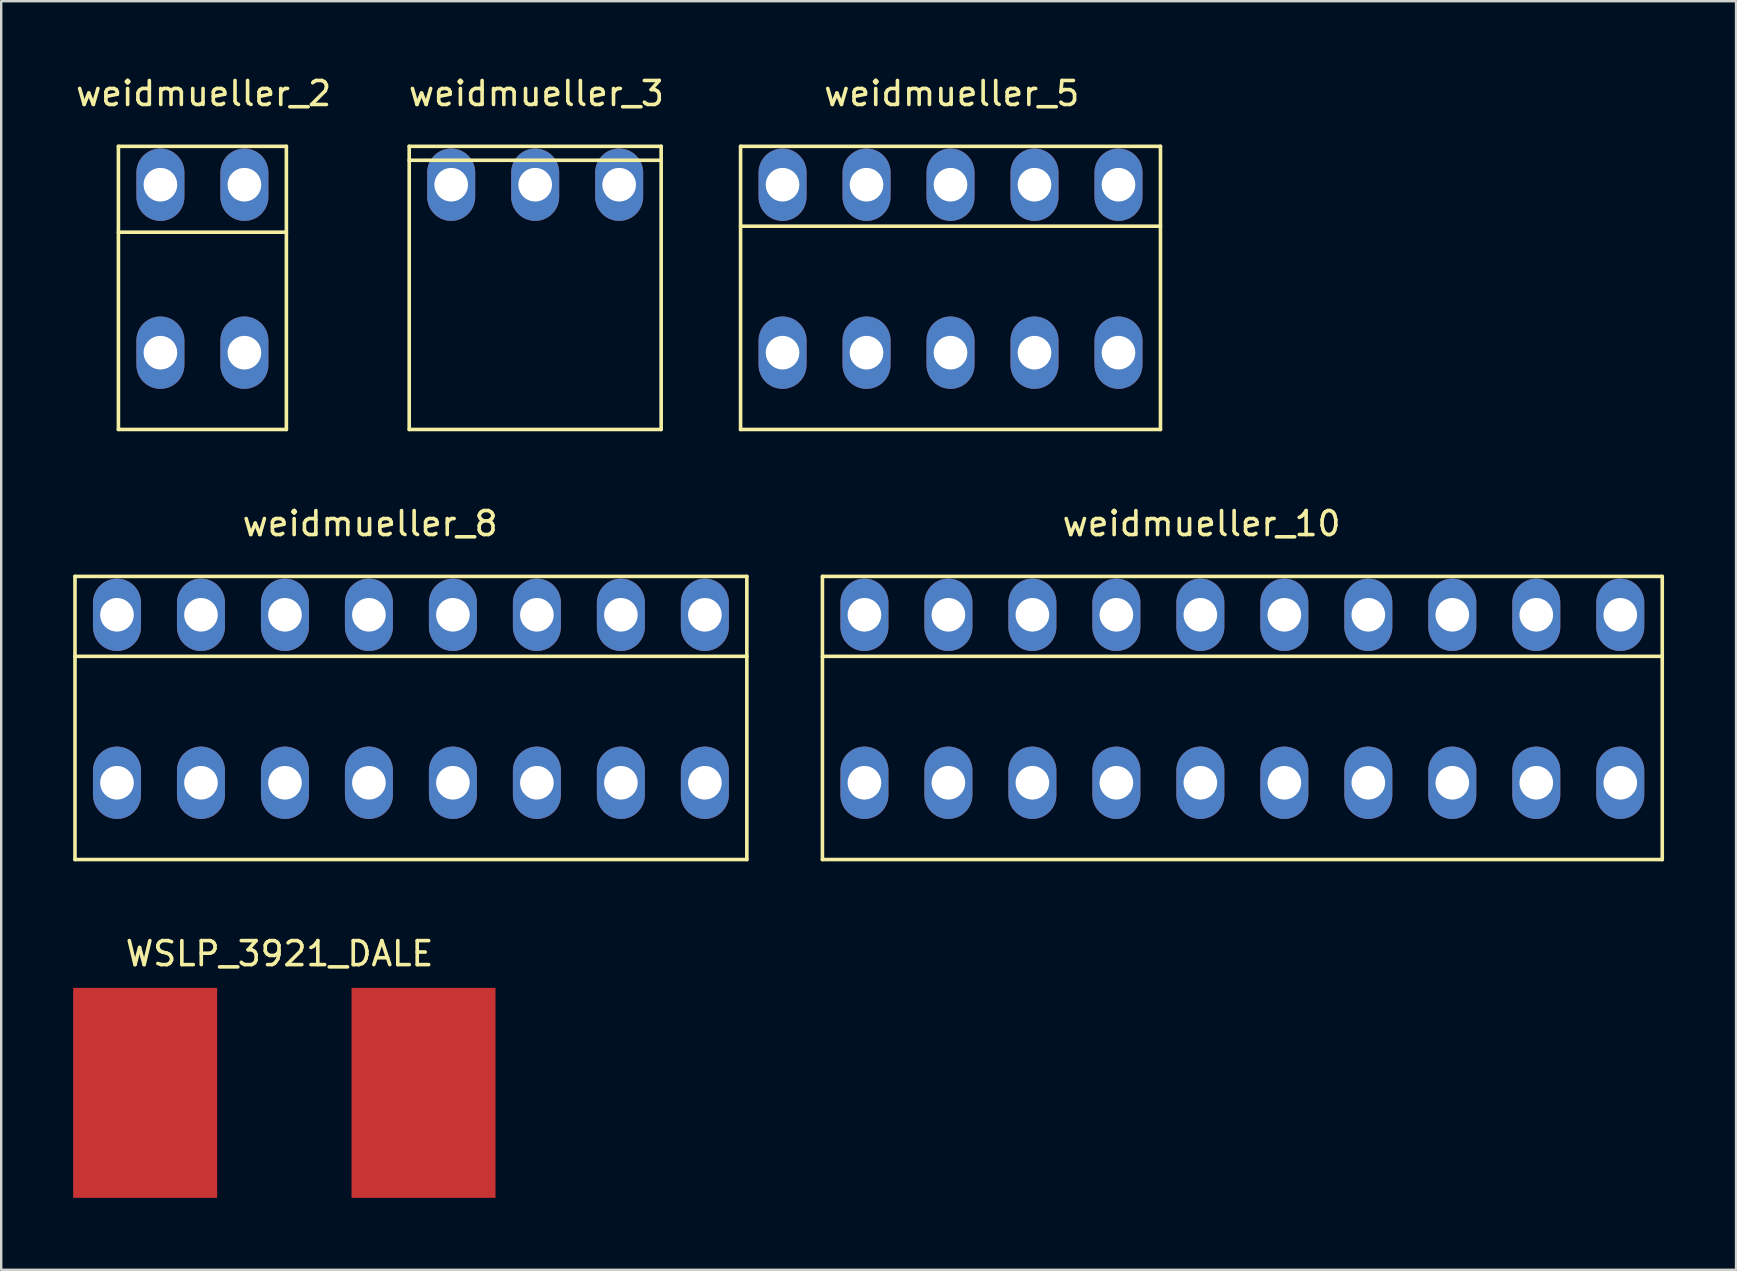
<source format=kicad_pcb>
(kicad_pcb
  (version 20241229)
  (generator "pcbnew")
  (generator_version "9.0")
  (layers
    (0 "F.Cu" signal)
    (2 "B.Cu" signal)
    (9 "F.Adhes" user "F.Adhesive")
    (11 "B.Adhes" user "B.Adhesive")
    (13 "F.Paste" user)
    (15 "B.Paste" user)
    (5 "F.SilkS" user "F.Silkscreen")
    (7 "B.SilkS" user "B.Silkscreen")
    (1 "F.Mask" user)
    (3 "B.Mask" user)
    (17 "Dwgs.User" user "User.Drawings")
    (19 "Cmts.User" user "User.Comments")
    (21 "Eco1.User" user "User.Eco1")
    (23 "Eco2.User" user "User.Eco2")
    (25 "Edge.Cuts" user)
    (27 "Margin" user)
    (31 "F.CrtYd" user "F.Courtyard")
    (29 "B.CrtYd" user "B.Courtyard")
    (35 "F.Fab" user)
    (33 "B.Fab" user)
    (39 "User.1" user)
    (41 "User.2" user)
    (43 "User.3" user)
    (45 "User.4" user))
  (footprint "weidmueller_3"
    (layer "F.Cu")
    (at 19.254 4.648)
    (property "Reference" "weidmueller_3" (at 0.05 -3.8 0) (layer "F.SilkS") (effects (font (size 1 1) (thickness 0.15))))
    (attr exclude_from_pos_files exclude_from_bom)
    (fp_line (start -5.25 -1.6) (end -5.25 10.2) (stroke (width 0.15) (type solid)) (layer "F.SilkS"))
    (fp_line (start -5.25 -1.6) (end 5.25 -1.6) (stroke (width 0.15) (type solid)) (layer "F.SilkS"))
    (fp_line (start 5.25 -1.6) (end 5.25 10.2) (stroke (width 0.15) (type solid)) (layer "F.SilkS"))
    (fp_line (start 5.25 -1.02) (end -5.25 -1.02) (stroke (width 0.15) (type solid)) (layer "F.SilkS"))
    (fp_line (start 5.25 10.2) (end -5.25 10.2) (stroke (width 0.15) (type solid)) (layer "F.SilkS"))
    (pad "1" thru_hole oval (at -3.5 0) (size 2 3.015) (drill 1.4) (layers "*.Cu" "*.Mask"))
    (pad "2" thru_hole oval (at 0 0) (size 2 3.015) (drill 1.4) (layers "*.Cu" "*.Mask"))
    (pad "3" thru_hole oval (at 3.5 0) (size 2 3.015) (drill 1.4) (layers "*.Cu" "*.Mask")))
  (footprint "weidmueller_10"
    (layer "F.Cu")
    (at 48.725 22.572)
    (property "Reference" "weidmueller_10" (at -1.7 -3.8 0) (layer "F.SilkS") (effects (font (size 1 1) (thickness 0.15))))
    (attr exclude_from_pos_files exclude_from_bom)
    (fp_line (start -17.5 -1.6) (end -17.5 10.2) (stroke (width 0.15) (type solid)) (layer "F.SilkS"))
    (fp_line (start -17.5 -1.6) (end 17.5 -1.6) (stroke (width 0.15) (type solid)) (layer "F.SilkS"))
    (fp_line (start 17.5 -1.6) (end 17.5 10.2) (stroke (width 0.15) (type solid)) (layer "F.SilkS"))
    (fp_line (start 17.5 1.73) (end -17.5 1.73) (stroke (width 0.15) (type solid)) (layer "F.SilkS"))
    (fp_line (start 17.5 10.2) (end -17.5 10.2) (stroke (width 0.15) (type solid)) (layer "F.SilkS"))
    (pad "1" thru_hole oval (at -15.75 0) (size 2 3.015) (drill 1.4) (layers "*.Cu" "*.Mask"))
    (pad "1" thru_hole oval (at -15.75 7) (size 2 3.015) (drill 1.4) (layers "*.Cu" "*.Mask"))
    (pad "2" thru_hole oval (at -12.25 0) (size 2 3.015) (drill 1.4) (layers "*.Cu" "*.Mask"))
    (pad "2" thru_hole oval (at -12.25 7) (size 2 3.015) (drill 1.4) (layers "*.Cu" "*.Mask"))
    (pad "3" thru_hole oval (at -8.75 0) (size 2 3.015) (drill 1.4) (layers "*.Cu" "*.Mask"))
    (pad "3" thru_hole oval (at -8.75 7) (size 2 3.015) (drill 1.4) (layers "*.Cu" "*.Mask"))
    (pad "4" thru_hole oval (at -5.25 0) (size 2 3.015) (drill 1.4) (layers "*.Cu" "*.Mask"))
    (pad "4" thru_hole oval (at -5.25 7) (size 2 3.015) (drill 1.4) (layers "*.Cu" "*.Mask"))
    (pad "5" thru_hole oval (at -1.75 0) (size 2 3.015) (drill 1.4) (layers "*.Cu" "*.Mask"))
    (pad "5" thru_hole oval (at -1.75 7) (size 2 3.015) (drill 1.4) (layers "*.Cu" "*.Mask"))
    (pad "6" thru_hole oval (at 1.75 0) (size 2 3.015) (drill 1.4) (layers "*.Cu" "*.Mask"))
    (pad "6" thru_hole oval (at 1.75 7) (size 2 3.015) (drill 1.4) (layers "*.Cu" "*.Mask"))
    (pad "7" thru_hole oval (at 5.25 0) (size 2 3.015) (drill 1.4) (layers "*.Cu" "*.Mask"))
    (pad "7" thru_hole oval (at 5.25 7) (size 2 3.015) (drill 1.4) (layers "*.Cu" "*.Mask"))
    (pad "8" thru_hole oval (at 8.75 0) (size 2 3.015) (drill 1.4) (layers "*.Cu" "*.Mask"))
    (pad "8" thru_hole oval (at 8.75 7) (size 2 3.015) (drill 1.4) (layers "*.Cu" "*.Mask"))
    (pad "9" thru_hole oval (at 12.25 0) (size 2 3.015) (drill 1.4) (layers "*.Cu" "*.Mask"))
    (pad "9" thru_hole oval (at 12.25 7) (size 2 3.015) (drill 1.4) (layers "*.Cu" "*.Mask"))
    (pad "10" thru_hole oval (at 15.75 0) (size 2 3.015) (drill 1.4) (layers "*.Cu" "*.Mask"))
    (pad "10" thru_hole oval (at 15.75 7) (size 2 3.015) (drill 1.4) (layers "*.Cu" "*.Mask")))
  (footprint "WSLP_3921_DALE"
    (layer "F.Cu")
    (at 8.8 42.495)
    (property "Reference" "WSLP_3921_DALE" (at -0.2 -5.8 0) (layer "F.SilkS") (effects (font (size 1 1) (thickness 0.15))))
    (attr through_hole)
    (pad "1" smd rect (at -5.8 0) (size 6 8.75) (layers "F.Cu" "F.Mask" "F.Paste"))
    (pad "2" smd rect (at 5.8 0) (size 6 8.75) (layers "F.Cu" "F.Mask" "F.Paste")))
  (footprint "weidmueller_5"
    (layer "F.Cu")
    (at 36.563 4.648)
    (property "Reference" "weidmueller_5" (at 0.05 -3.8 0) (layer "F.SilkS") (effects (font (size 1 1) (thickness 0.15))))
    (attr exclude_from_pos_files exclude_from_bom)
    (fp_line (start -8.75 -1.6) (end -8.75 10.2) (stroke (width 0.15) (type solid)) (layer "F.SilkS"))
    (fp_line (start -8.75 -1.6) (end 8.75 -1.6) (stroke (width 0.15) (type solid)) (layer "F.SilkS"))
    (fp_line (start 8.75 -1.6) (end 8.75 10.2) (stroke (width 0.15) (type solid)) (layer "F.SilkS"))
    (fp_line (start 8.75 1.73) (end -8.75 1.73) (stroke (width 0.15) (type solid)) (layer "F.SilkS"))
    (fp_line (start 8.75 10.2) (end -8.75 10.2) (stroke (width 0.15) (type solid)) (layer "F.SilkS"))
    (pad "1" thru_hole oval (at -7 0) (size 2 3.015) (drill 1.4) (layers "*.Cu" "*.Mask"))
    (pad "1" thru_hole oval (at -7 7) (size 2 3.015) (drill 1.4) (layers "*.Cu" "*.Mask"))
    (pad "2" thru_hole oval (at -3.5 0) (size 2 3.015) (drill 1.4) (layers "*.Cu" "*.Mask"))
    (pad "2" thru_hole oval (at -3.5 7) (size 2 3.015) (drill 1.4) (layers "*.Cu" "*.Mask"))
    (pad "3" thru_hole oval (at 0 0) (size 2 3.015) (drill 1.4) (layers "*.Cu" "*.Mask"))
    (pad "3" thru_hole oval (at 0 7) (size 2 3.015) (drill 1.4) (layers "*.Cu" "*.Mask"))
    (pad "4" thru_hole oval (at 3.5 0) (size 2 3.015) (drill 1.4) (layers "*.Cu" "*.Mask"))
    (pad "4" thru_hole oval (at 3.5 7) (size 2 3.015) (drill 1.4) (layers "*.Cu" "*.Mask"))
    (pad "5" thru_hole oval (at 7 0) (size 2 3.015) (drill 1.4) (layers "*.Cu" "*.Mask"))
    (pad "5" thru_hole oval (at 7 7) (size 2 3.015) (drill 1.4) (layers "*.Cu" "*.Mask")))
  (footprint "weidmueller_2"
    (layer "F.Cu")
    (at 5.385 4.648)
    (property "Reference" "weidmueller_2" (at 0.05 -3.8 0) (layer "F.SilkS") (effects (font (size 1 1) (thickness 0.15))))
    (attr exclude_from_pos_files exclude_from_bom)
    (fp_line (start -3.5 -1.6) (end -3.5 10.2) (stroke (width 0.15) (type solid)) (layer "F.SilkS"))
    (fp_line (start -3.5 -1.6) (end 3.5 -1.6) (stroke (width 0.15) (type solid)) (layer "F.SilkS"))
    (fp_line (start 3.5 -1.6) (end 3.5 10.2) (stroke (width 0.15) (type solid)) (layer "F.SilkS"))
    (fp_line (start 3.5 1.98) (end -3.5 1.98) (stroke (width 0.15) (type solid)) (layer "F.SilkS"))
    (fp_line (start 3.5 10.2) (end -3.5 10.2) (stroke (width 0.15) (type solid)) (layer "F.SilkS"))
    (pad "1" thru_hole oval (at -1.75 0) (size 2 3.015) (drill 1.4) (layers "*.Cu" "*.Mask"))
    (pad "1" thru_hole oval (at -1.75 7) (size 2 3.015) (drill 1.4) (layers "*.Cu" "*.Mask"))
    (pad "2" thru_hole oval (at 1.75 0) (size 2 3.015) (drill 1.4) (layers "*.Cu" "*.Mask"))
    (pad "2" thru_hole oval (at 1.75 7) (size 2 3.015) (drill 1.4) (layers "*.Cu" "*.Mask")))
  (footprint "weidmueller_8"
    (layer "F.Cu")
    (at 14.075 22.572)
    (property "Reference" "weidmueller_8" (at -1.7 -3.8 0) (layer "F.SilkS") (effects (font (size 1 1) (thickness 0.15))))
    (attr exclude_from_pos_files exclude_from_bom)
    (fp_line (start -14 -1.6) (end -14 10.2) (stroke (width 0.15) (type solid)) (layer "F.SilkS"))
    (fp_line (start -14 -1.6) (end 14 -1.6) (stroke (width 0.15) (type solid)) (layer "F.SilkS"))
    (fp_line (start 14 -1.6) (end 14 10.2) (stroke (width 0.15) (type solid)) (layer "F.SilkS"))
    (fp_line (start 14 1.73) (end -14 1.73) (stroke (width 0.15) (type solid)) (layer "F.SilkS"))
    (fp_line (start 14 10.2) (end -14 10.2) (stroke (width 0.15) (type solid)) (layer "F.SilkS"))
    (pad "1" thru_hole oval (at -12.25 0) (size 2 3.015) (drill 1.4) (layers "*.Cu" "*.Mask"))
    (pad "1" thru_hole oval (at -12.25 7) (size 2 3.015) (drill 1.4) (layers "*.Cu" "*.Mask"))
    (pad "2" thru_hole oval (at -8.75 0) (size 2 3.015) (drill 1.4) (layers "*.Cu" "*.Mask"))
    (pad "2" thru_hole oval (at -8.75 7) (size 2 3.015) (drill 1.4) (layers "*.Cu" "*.Mask"))
    (pad "3" thru_hole oval (at -5.25 0) (size 2 3.015) (drill 1.4) (layers "*.Cu" "*.Mask"))
    (pad "3" thru_hole oval (at -5.25 7) (size 2 3.015) (drill 1.4) (layers "*.Cu" "*.Mask"))
    (pad "4" thru_hole oval (at -1.75 0) (size 2 3.015) (drill 1.4) (layers "*.Cu" "*.Mask"))
    (pad "4" thru_hole oval (at -1.75 7) (size 2 3.015) (drill 1.4) (layers "*.Cu" "*.Mask"))
    (pad "5" thru_hole oval (at 1.75 0) (size 2 3.015) (drill 1.4) (layers "*.Cu" "*.Mask"))
    (pad "5" thru_hole oval (at 1.75 7) (size 2 3.015) (drill 1.4) (layers "*.Cu" "*.Mask"))
    (pad "6" thru_hole oval (at 5.25 0) (size 2 3.015) (drill 1.4) (layers "*.Cu" "*.Mask"))
    (pad "6" thru_hole oval (at 5.25 7) (size 2 3.015) (drill 1.4) (layers "*.Cu" "*.Mask"))
    (pad "7" thru_hole oval (at 8.75 0) (size 2 3.015) (drill 1.4) (layers "*.Cu" "*.Mask"))
    (pad "7" thru_hole oval (at 8.75 7) (size 2 3.015) (drill 1.4) (layers "*.Cu" "*.Mask"))
    (pad "8" thru_hole oval (at 12.25 0) (size 2 3.015) (drill 1.4) (layers "*.Cu" "*.Mask"))
    (pad "8" thru_hole oval (at 12.25 7) (size 2 3.015) (drill 1.4) (layers "*.Cu" "*.Mask")))
  (gr_rect
    (start -3 -3)
    (end 69.3 49.87)
    (stroke (width 0.1) (type default))
    (fill no)
    (layer "Edge.Cuts")))
</source>
